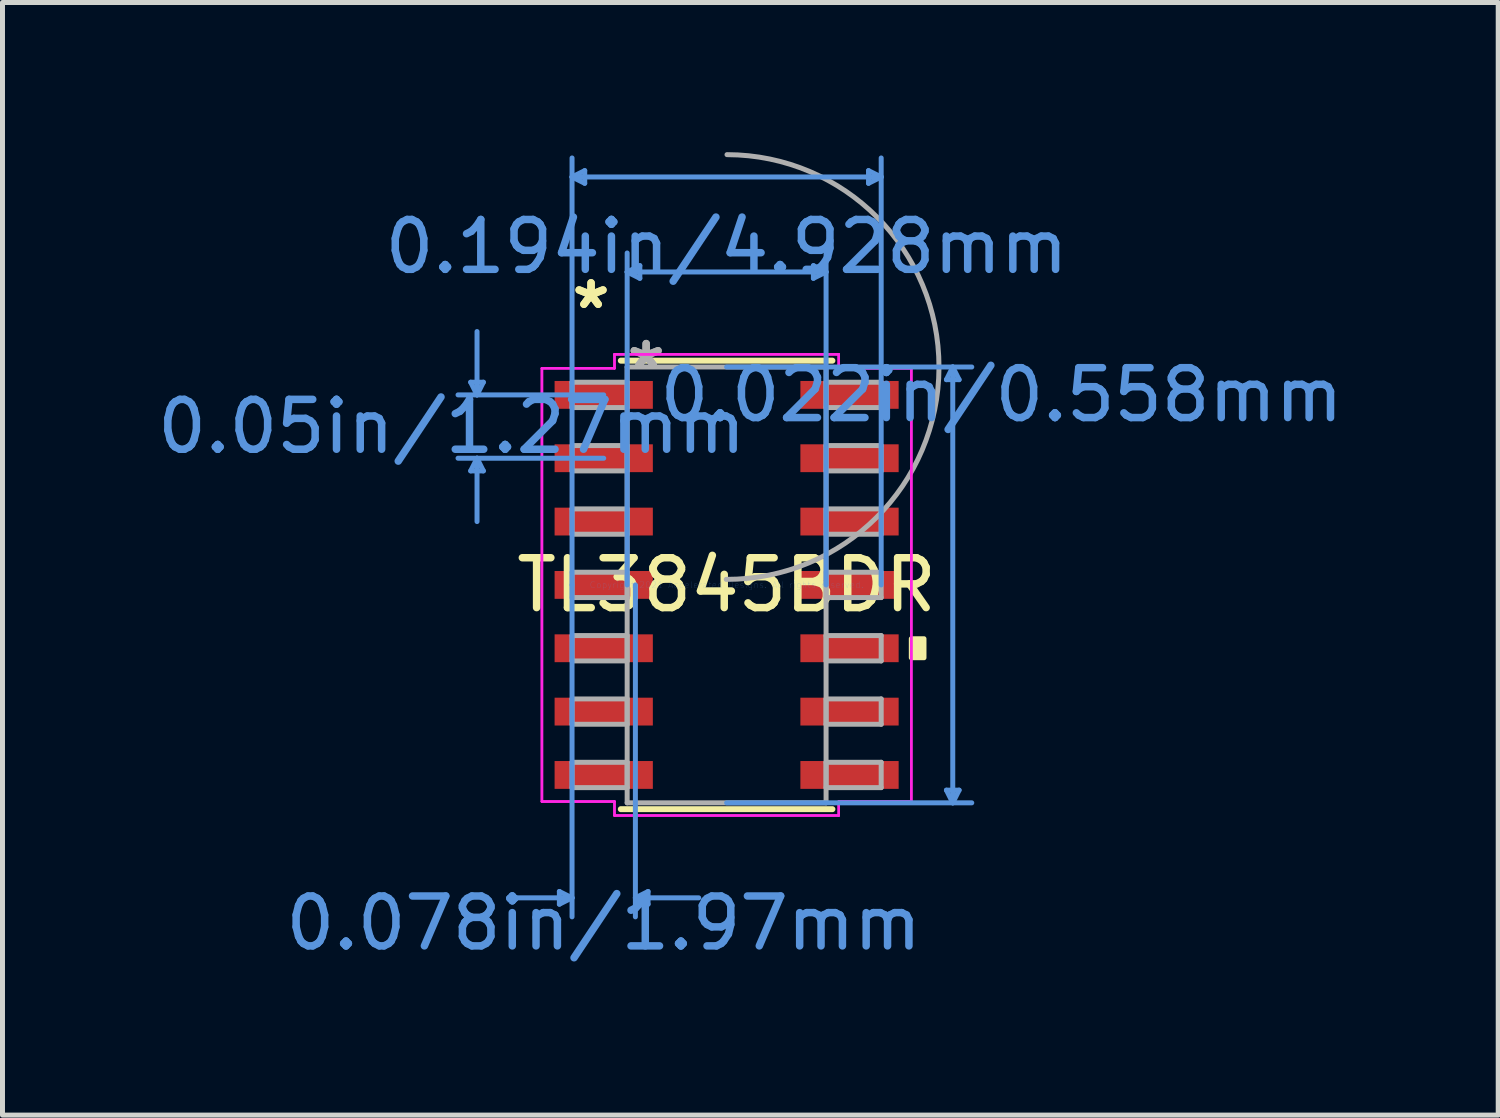
<source format=kicad_pcb>
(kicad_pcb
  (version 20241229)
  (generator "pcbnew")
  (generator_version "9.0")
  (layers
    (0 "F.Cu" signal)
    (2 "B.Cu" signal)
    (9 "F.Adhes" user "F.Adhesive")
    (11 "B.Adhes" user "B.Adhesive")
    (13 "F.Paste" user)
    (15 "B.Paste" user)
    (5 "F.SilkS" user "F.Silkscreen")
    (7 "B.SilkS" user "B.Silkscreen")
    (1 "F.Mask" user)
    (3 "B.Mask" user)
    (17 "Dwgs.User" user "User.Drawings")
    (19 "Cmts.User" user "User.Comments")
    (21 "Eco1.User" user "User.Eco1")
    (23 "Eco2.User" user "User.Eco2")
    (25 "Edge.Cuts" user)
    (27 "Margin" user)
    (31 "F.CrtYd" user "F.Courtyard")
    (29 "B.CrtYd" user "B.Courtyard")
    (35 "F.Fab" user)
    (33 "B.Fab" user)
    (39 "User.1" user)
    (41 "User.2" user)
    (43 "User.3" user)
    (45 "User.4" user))
  (footprint "TL3845BDR"
    (layer "F.Cu")
    (at 11.518 8.677)
    (property "Reference" "TL3845BDR" (at 0 0 0) (layer "F.SilkS") (effects (font (size 1 1) (thickness 0.15))))
    (attr through_hole)
    (fp_line (start -2.121 4.496) (end 2.121 4.496) (stroke (width 0.12) (type solid)) (layer "F.SilkS"))
    (fp_line (start 2.121 -4.496) (end -2.121 -4.496) (stroke (width 0.12) (type solid)) (layer "F.SilkS"))
    (fp_poly (pts (xy 3.957 1.079) (xy 3.957 1.46) (xy 3.703 1.46) (xy 3.703 1.079)) (stroke (width 0.1) (type solid)) (fill yes) (layer "F.SilkS"))
    (fp_line (start -5.131 -4.064) (end -4.877 -4.064) (stroke (width 0.1) (type solid)) (layer "Cmts.User"))
    (fp_line (start -5.131 -2.286) (end -4.877 -2.286) (stroke (width 0.1) (type solid)) (layer "Cmts.User"))
    (fp_line (start -5.004 -3.81) (end -5.131 -4.064) (stroke (width 0.1) (type solid)) (layer "Cmts.User"))
    (fp_line (start -5.004 -3.81) (end -5.004 -5.08) (stroke (width 0.1) (type solid)) (layer "Cmts.User"))
    (fp_line (start -5.004 -3.81) (end -4.877 -4.064) (stroke (width 0.1) (type solid)) (layer "Cmts.User"))
    (fp_line (start -5.004 -2.54) (end -5.131 -2.286) (stroke (width 0.1) (type solid)) (layer "Cmts.User"))
    (fp_line (start -5.004 -2.54) (end -5.004 -1.27) (stroke (width 0.1) (type solid)) (layer "Cmts.User"))
    (fp_line (start -5.004 -2.54) (end -4.877 -2.286) (stroke (width 0.1) (type solid)) (layer "Cmts.User"))
    (fp_line (start -3.353 6.147) (end -3.353 6.401) (stroke (width 0.1) (type solid)) (layer "Cmts.User"))
    (fp_line (start -3.099 -8.179) (end -2.845 -8.306) (stroke (width 0.1) (type solid)) (layer "Cmts.User"))
    (fp_line (start -3.099 -8.179) (end -2.845 -8.052) (stroke (width 0.1) (type solid)) (layer "Cmts.User"))
    (fp_line (start -3.099 -8.179) (end 3.099 -8.179) (stroke (width 0.1) (type solid)) (layer "Cmts.User"))
    (fp_line (start -3.099 0) (end -3.099 -8.56) (stroke (width 0.1) (type solid)) (layer "Cmts.User"))
    (fp_line (start -3.099 0) (end -3.099 6.655) (stroke (width 0.1) (type solid)) (layer "Cmts.User"))
    (fp_line (start -3.099 6.274) (end -4.369 6.274) (stroke (width 0.1) (type solid)) (layer "Cmts.User"))
    (fp_line (start -3.099 6.274) (end -3.353 6.147) (stroke (width 0.1) (type solid)) (layer "Cmts.User"))
    (fp_line (start -3.099 6.274) (end -3.353 6.401) (stroke (width 0.1) (type solid)) (layer "Cmts.User"))
    (fp_line (start -2.845 -8.306) (end -2.845 -8.052) (stroke (width 0.1) (type solid)) (layer "Cmts.User"))
    (fp_line (start -2.464 -3.81) (end -5.385 -3.81) (stroke (width 0.1) (type solid)) (layer "Cmts.User"))
    (fp_line (start -2.464 -2.54) (end -5.385 -2.54) (stroke (width 0.1) (type solid)) (layer "Cmts.User"))
    (fp_line (start -1.994 -6.274) (end -1.74 -6.401) (stroke (width 0.1) (type solid)) (layer "Cmts.User"))
    (fp_line (start -1.994 -6.274) (end -1.74 -6.147) (stroke (width 0.1) (type solid)) (layer "Cmts.User"))
    (fp_line (start -1.994 -6.274) (end 1.994 -6.274) (stroke (width 0.1) (type solid)) (layer "Cmts.User"))
    (fp_line (start -1.994 0) (end -1.994 -6.655) (stroke (width 0.1) (type solid)) (layer "Cmts.User"))
    (fp_line (start -1.829 0) (end -1.829 6.655) (stroke (width 0.1) (type solid)) (layer "Cmts.User"))
    (fp_line (start -1.829 6.274) (end -1.575 6.147) (stroke (width 0.1) (type solid)) (layer "Cmts.User"))
    (fp_line (start -1.829 6.274) (end -1.575 6.401) (stroke (width 0.1) (type solid)) (layer "Cmts.User"))
    (fp_line (start -1.829 6.274) (end -0.559 6.274) (stroke (width 0.1) (type solid)) (layer "Cmts.User"))
    (fp_line (start -1.74 -6.401) (end -1.74 -6.147) (stroke (width 0.1) (type solid)) (layer "Cmts.User"))
    (fp_line (start -1.575 6.147) (end -1.575 6.401) (stroke (width 0.1) (type solid)) (layer "Cmts.User"))
    (fp_line (start 0 -4.369) (end 4.915 -4.369) (stroke (width 0.1) (type solid)) (layer "Cmts.User"))
    (fp_line (start 0 4.369) (end 4.915 4.369) (stroke (width 0.1) (type solid)) (layer "Cmts.User"))
    (fp_line (start 1.74 -6.401) (end 1.74 -6.147) (stroke (width 0.1) (type solid)) (layer "Cmts.User"))
    (fp_line (start 1.994 -6.274) (end 1.74 -6.401) (stroke (width 0.1) (type solid)) (layer "Cmts.User"))
    (fp_line (start 1.994 -6.274) (end 1.74 -6.147) (stroke (width 0.1) (type solid)) (layer "Cmts.User"))
    (fp_line (start 1.994 0) (end 1.994 -6.655) (stroke (width 0.1) (type solid)) (layer "Cmts.User"))
    (fp_line (start 2.845 -8.306) (end 2.845 -8.052) (stroke (width 0.1) (type solid)) (layer "Cmts.User"))
    (fp_line (start 3.099 -8.179) (end 2.845 -8.306) (stroke (width 0.1) (type solid)) (layer "Cmts.User"))
    (fp_line (start 3.099 -8.179) (end 2.845 -8.052) (stroke (width 0.1) (type solid)) (layer "Cmts.User"))
    (fp_line (start 3.099 0) (end 3.099 -8.56) (stroke (width 0.1) (type solid)) (layer "Cmts.User"))
    (fp_line (start 4.407 -4.115) (end 4.661 -4.115) (stroke (width 0.1) (type solid)) (layer "Cmts.User"))
    (fp_line (start 4.407 4.115) (end 4.661 4.115) (stroke (width 0.1) (type solid)) (layer "Cmts.User"))
    (fp_line (start 4.534 -4.369) (end 4.407 -4.115) (stroke (width 0.1) (type solid)) (layer "Cmts.User"))
    (fp_line (start 4.534 -4.369) (end 4.534 4.369) (stroke (width 0.1) (type solid)) (layer "Cmts.User"))
    (fp_line (start 4.534 -4.369) (end 4.661 -4.115) (stroke (width 0.1) (type solid)) (layer "Cmts.User"))
    (fp_line (start 4.534 4.369) (end 4.407 4.115) (stroke (width 0.1) (type solid)) (layer "Cmts.User"))
    (fp_line (start 4.534 4.369) (end 4.661 4.115) (stroke (width 0.1) (type solid)) (layer "Cmts.User"))
    (fp_line (start -3.703 -4.343) (end -2.248 -4.343) (stroke (width 0.05) (type solid)) (layer "F.CrtYd"))
    (fp_line (start -3.703 -4.343) (end -2.248 -4.343) (stroke (width 0.05) (type solid)) (layer "F.CrtYd"))
    (fp_line (start -3.703 4.343) (end -3.703 -4.343) (stroke (width 0.05) (type solid)) (layer "F.CrtYd"))
    (fp_line (start -3.703 4.343) (end -3.703 -4.343) (stroke (width 0.05) (type solid)) (layer "F.CrtYd"))
    (fp_line (start -3.703 4.343) (end -2.248 4.343) (stroke (width 0.05) (type solid)) (layer "F.CrtYd"))
    (fp_line (start -2.248 -4.623) (end 2.248 -4.623) (stroke (width 0.05) (type solid)) (layer "F.CrtYd"))
    (fp_line (start -2.248 -4.623) (end 2.248 -4.623) (stroke (width 0.05) (type solid)) (layer "F.CrtYd"))
    (fp_line (start -2.248 -4.343) (end -2.248 -4.623) (stroke (width 0.05) (type solid)) (layer "F.CrtYd"))
    (fp_line (start -2.248 -4.343) (end -2.248 -4.623) (stroke (width 0.05) (type solid)) (layer "F.CrtYd"))
    (fp_line (start -2.248 4.343) (end -3.703 4.343) (stroke (width 0.05) (type solid)) (layer "F.CrtYd"))
    (fp_line (start -2.248 4.623) (end -2.248 4.343) (stroke (width 0.05) (type solid)) (layer "F.CrtYd"))
    (fp_line (start -2.248 4.623) (end -2.248 4.343) (stroke (width 0.05) (type solid)) (layer "F.CrtYd"))
    (fp_line (start 2.248 -4.623) (end 2.248 -4.343) (stroke (width 0.05) (type solid)) (layer "F.CrtYd"))
    (fp_line (start 2.248 -4.623) (end 2.248 -4.343) (stroke (width 0.05) (type solid)) (layer "F.CrtYd"))
    (fp_line (start 2.248 -4.343) (end 3.703 -4.343) (stroke (width 0.05) (type solid)) (layer "F.CrtYd"))
    (fp_line (start 2.248 4.343) (end 2.248 4.623) (stroke (width 0.05) (type solid)) (layer "F.CrtYd"))
    (fp_line (start 2.248 4.343) (end 2.248 4.623) (stroke (width 0.05) (type solid)) (layer "F.CrtYd"))
    (fp_line (start 2.248 4.623) (end -2.248 4.623) (stroke (width 0.05) (type solid)) (layer "F.CrtYd"))
    (fp_line (start 2.248 4.623) (end -2.248 4.623) (stroke (width 0.05) (type solid)) (layer "F.CrtYd"))
    (fp_line (start 3.703 -4.343) (end 2.248 -4.343) (stroke (width 0.05) (type solid)) (layer "F.CrtYd"))
    (fp_line (start 3.703 -4.343) (end 3.703 4.343) (stroke (width 0.05) (type solid)) (layer "F.CrtYd"))
    (fp_line (start 3.703 -4.343) (end 3.703 4.343) (stroke (width 0.05) (type solid)) (layer "F.CrtYd"))
    (fp_line (start 3.703 4.343) (end 2.248 4.343) (stroke (width 0.05) (type solid)) (layer "F.CrtYd"))
    (fp_line (start 3.703 4.343) (end 2.248 4.343) (stroke (width 0.05) (type solid)) (layer "F.CrtYd"))
    (fp_line (start -3.099 -4.064) (end -3.099 -3.556) (stroke (width 0.1) (type solid)) (layer "F.Fab"))
    (fp_line (start -3.099 -3.556) (end -1.994 -3.556) (stroke (width 0.1) (type solid)) (layer "F.Fab"))
    (fp_line (start -3.099 -2.794) (end -3.099 -2.286) (stroke (width 0.1) (type solid)) (layer "F.Fab"))
    (fp_line (start -3.099 -2.286) (end -1.994 -2.286) (stroke (width 0.1) (type solid)) (layer "F.Fab"))
    (fp_line (start -3.099 -1.524) (end -3.099 -1.016) (stroke (width 0.1) (type solid)) (layer "F.Fab"))
    (fp_line (start -3.099 -1.016) (end -1.994 -1.016) (stroke (width 0.1) (type solid)) (layer "F.Fab"))
    (fp_line (start -3.099 -0.254) (end -3.099 0.254) (stroke (width 0.1) (type solid)) (layer "F.Fab"))
    (fp_line (start -3.099 0.254) (end -1.994 0.254) (stroke (width 0.1) (type solid)) (layer "F.Fab"))
    (fp_line (start -3.099 1.016) (end -3.099 1.524) (stroke (width 0.1) (type solid)) (layer "F.Fab"))
    (fp_line (start -3.099 1.524) (end -1.994 1.524) (stroke (width 0.1) (type solid)) (layer "F.Fab"))
    (fp_line (start -3.099 2.286) (end -3.099 2.794) (stroke (width 0.1) (type solid)) (layer "F.Fab"))
    (fp_line (start -3.099 2.794) (end -1.994 2.794) (stroke (width 0.1) (type solid)) (layer "F.Fab"))
    (fp_line (start -3.099 3.556) (end -3.099 4.064) (stroke (width 0.1) (type solid)) (layer "F.Fab"))
    (fp_line (start -3.099 4.064) (end -1.994 4.064) (stroke (width 0.1) (type solid)) (layer "F.Fab"))
    (fp_line (start -1.994 -4.369) (end -1.994 4.369) (stroke (width 0.1) (type solid)) (layer "F.Fab"))
    (fp_line (start -1.994 -4.064) (end -3.099 -4.064) (stroke (width 0.1) (type solid)) (layer "F.Fab"))
    (fp_line (start -1.994 -3.556) (end -1.994 -4.064) (stroke (width 0.1) (type solid)) (layer "F.Fab"))
    (fp_line (start -1.994 -2.794) (end -3.099 -2.794) (stroke (width 0.1) (type solid)) (layer "F.Fab"))
    (fp_line (start -1.994 -2.286) (end -1.994 -2.794) (stroke (width 0.1) (type solid)) (layer "F.Fab"))
    (fp_line (start -1.994 -1.524) (end -3.099 -1.524) (stroke (width 0.1) (type solid)) (layer "F.Fab"))
    (fp_line (start -1.994 -1.016) (end -1.994 -1.524) (stroke (width 0.1) (type solid)) (layer "F.Fab"))
    (fp_line (start -1.994 -0.254) (end -3.099 -0.254) (stroke (width 0.1) (type solid)) (layer "F.Fab"))
    (fp_line (start -1.994 0.254) (end -1.994 -0.254) (stroke (width 0.1) (type solid)) (layer "F.Fab"))
    (fp_line (start -1.994 1.016) (end -3.099 1.016) (stroke (width 0.1) (type solid)) (layer "F.Fab"))
    (fp_line (start -1.994 1.524) (end -1.994 1.016) (stroke (width 0.1) (type solid)) (layer "F.Fab"))
    (fp_line (start -1.994 2.286) (end -3.099 2.286) (stroke (width 0.1) (type solid)) (layer "F.Fab"))
    (fp_line (start -1.994 2.794) (end -1.994 2.286) (stroke (width 0.1) (type solid)) (layer "F.Fab"))
    (fp_line (start -1.994 3.556) (end -3.099 3.556) (stroke (width 0.1) (type solid)) (layer "F.Fab"))
    (fp_line (start -1.994 4.064) (end -1.994 3.556) (stroke (width 0.1) (type solid)) (layer "F.Fab"))
    (fp_line (start -1.994 4.369) (end 1.994 4.369) (stroke (width 0.1) (type solid)) (layer "F.Fab"))
    (fp_line (start 1.994 -4.369) (end -1.994 -4.369) (stroke (width 0.1) (type solid)) (layer "F.Fab"))
    (fp_line (start 1.994 -4.064) (end 1.994 -3.556) (stroke (width 0.1) (type solid)) (layer "F.Fab"))
    (fp_line (start 1.994 -3.556) (end 3.099 -3.556) (stroke (width 0.1) (type solid)) (layer "F.Fab"))
    (fp_line (start 1.994 -2.794) (end 1.994 -2.286) (stroke (width 0.1) (type solid)) (layer "F.Fab"))
    (fp_line (start 1.994 -2.286) (end 3.099 -2.286) (stroke (width 0.1) (type solid)) (layer "F.Fab"))
    (fp_line (start 1.994 -1.524) (end 1.994 -1.016) (stroke (width 0.1) (type solid)) (layer "F.Fab"))
    (fp_line (start 1.994 -1.016) (end 3.099 -1.016) (stroke (width 0.1) (type solid)) (layer "F.Fab"))
    (fp_line (start 1.994 -0.254) (end 1.994 0.254) (stroke (width 0.1) (type solid)) (layer "F.Fab"))
    (fp_line (start 1.994 0.254) (end 3.099 0.254) (stroke (width 0.1) (type solid)) (layer "F.Fab"))
    (fp_line (start 1.994 1.016) (end 1.994 1.524) (stroke (width 0.1) (type solid)) (layer "F.Fab"))
    (fp_line (start 1.994 1.524) (end 3.099 1.524) (stroke (width 0.1) (type solid)) (layer "F.Fab"))
    (fp_line (start 1.994 2.286) (end 1.994 2.794) (stroke (width 0.1) (type solid)) (layer "F.Fab"))
    (fp_line (start 1.994 2.794) (end 3.099 2.794) (stroke (width 0.1) (type solid)) (layer "F.Fab"))
    (fp_line (start 1.994 3.556) (end 1.994 4.064) (stroke (width 0.1) (type solid)) (layer "F.Fab"))
    (fp_line (start 1.994 4.064) (end 3.099 4.064) (stroke (width 0.1) (type solid)) (layer "F.Fab"))
    (fp_line (start 1.994 4.369) (end 1.994 -4.369) (stroke (width 0.1) (type solid)) (layer "F.Fab"))
    (fp_line (start 3.099 -4.064) (end 1.994 -4.064) (stroke (width 0.1) (type solid)) (layer "F.Fab"))
    (fp_line (start 3.099 -3.556) (end 3.099 -4.064) (stroke (width 0.1) (type solid)) (layer "F.Fab"))
    (fp_line (start 3.099 -2.794) (end 1.994 -2.794) (stroke (width 0.1) (type solid)) (layer "F.Fab"))
    (fp_line (start 3.099 -2.286) (end 3.099 -2.794) (stroke (width 0.1) (type solid)) (layer "F.Fab"))
    (fp_line (start 3.099 -1.524) (end 1.994 -1.524) (stroke (width 0.1) (type solid)) (layer "F.Fab"))
    (fp_line (start 3.099 -1.016) (end 3.099 -1.524) (stroke (width 0.1) (type solid)) (layer "F.Fab"))
    (fp_line (start 3.099 -0.254) (end 1.994 -0.254) (stroke (width 0.1) (type solid)) (layer "F.Fab"))
    (fp_line (start 3.099 0.254) (end 3.099 -0.254) (stroke (width 0.1) (type solid)) (layer "F.Fab"))
    (fp_line (start 3.099 1.016) (end 1.994 1.016) (stroke (width 0.1) (type solid)) (layer "F.Fab"))
    (fp_line (start 3.099 1.524) (end 3.099 1.016) (stroke (width 0.1) (type solid)) (layer "F.Fab"))
    (fp_line (start 3.099 2.286) (end 1.994 2.286) (stroke (width 0.1) (type solid)) (layer "F.Fab"))
    (fp_line (start 3.099 2.794) (end 3.099 2.286) (stroke (width 0.1) (type solid)) (layer "F.Fab"))
    (fp_line (start 3.099 3.556) (end 1.994 3.556) (stroke (width 0.1) (type solid)) (layer "F.Fab"))
    (fp_line (start 3.099 4.064) (end 3.099 3.556) (stroke (width 0.1) (type solid)) (layer "F.Fab"))
    (fp_arc (start 0.007742 -8.626632) (mid 4.257832 -4.361058) (end -0.007742 -0.110968) (stroke (width 0.1) (type solid)) (layer "F.Fab"))
    (fp_text user "*" (at -2.718 -5.511 0) (layer "F.SilkS") (effects (font (size 1 1) (thickness 0.15))))
    (fp_text user "*" (at -2.718 -5.511 0) (layer "F.SilkS") (effects (font (size 1 1) (thickness 0.15))))
    (fp_text user "0.022in/0.558mm" (at 5.512 -3.81 0) (layer "Cmts.User") (effects (font (size 1 1) (thickness 0.15))))
    (fp_text user "Copyright 2021 Accelerated Designs. All rights reserved." (at 0 0 0) (layer "Cmts.User") (effects (font (size 0.127 0.127) (thickness 0.002))))
    (fp_text user "0.078in/1.97mm" (at -2.464 6.782 0) (layer "Cmts.User") (effects (font (size 1 1) (thickness 0.15))))
    (fp_text user "0.05in/1.27mm" (at -5.512 -3.175 0) (layer "Cmts.User") (effects (font (size 1 1) (thickness 0.15))))
    (fp_text user "0.194in/4.928mm" (at 0 -6.782 0) (layer "Cmts.User") (effects (font (size 1 1) (thickness 0.15))))
    (fp_text user "*" (at -1.613 -4.293 0) (layer "F.Fab") (effects (font (size 1 1) (thickness 0.15))))
    (fp_text user "*" (at -1.613 -4.293 0) (layer "F.Fab") (effects (font (size 1 1) (thickness 0.15))))
    (pad "1" smd rect (at -2.464 -3.81) (size 1.97 0.558) (layers "F.Cu" "F.Mask" "F.Paste"))
    (pad "2" smd rect (at -2.464 -2.54) (size 1.97 0.558) (layers "F.Cu" "F.Mask" "F.Paste"))
    (pad "3" smd rect (at -2.464 -1.27) (size 1.97 0.558) (layers "F.Cu" "F.Mask" "F.Paste"))
    (pad "4" smd rect (at -2.464 0) (size 1.97 0.558) (layers "F.Cu" "F.Mask" "F.Paste"))
    (pad "5" smd rect (at -2.464 1.27) (size 1.97 0.558) (layers "F.Cu" "F.Mask" "F.Paste"))
    (pad "6" smd rect (at -2.464 2.54) (size 1.97 0.558) (layers "F.Cu" "F.Mask" "F.Paste"))
    (pad "7" smd rect (at -2.464 3.81) (size 1.97 0.558) (layers "F.Cu" "F.Mask" "F.Paste"))
    (pad "8" smd rect (at 2.464 3.81) (size 1.97 0.558) (layers "F.Cu" "F.Mask" "F.Paste"))
    (pad "9" smd rect (at 2.464 2.54) (size 1.97 0.558) (layers "F.Cu" "F.Mask" "F.Paste"))
    (pad "10" smd rect (at 2.464 1.27) (size 1.97 0.558) (layers "F.Cu" "F.Mask" "F.Paste"))
    (pad "11" smd rect (at 2.464 0) (size 1.97 0.558) (layers "F.Cu" "F.Mask" "F.Paste"))
    (pad "12" smd rect (at 2.464 -1.27) (size 1.97 0.558) (layers "F.Cu" "F.Mask" "F.Paste"))
    (pad "13" smd rect (at 2.464 -2.54) (size 1.97 0.558) (layers "F.Cu" "F.Mask" "F.Paste"))
    (pad "14" smd rect (at 2.464 -3.81) (size 1.97 0.558) (layers "F.Cu" "F.Mask" "F.Paste")))
  (gr_rect
    (start -3 -3)
    (end 26.988 19.307)
    (stroke (width 0.1) (type default))
    (fill no)
    (layer "Edge.Cuts")))
</source>
